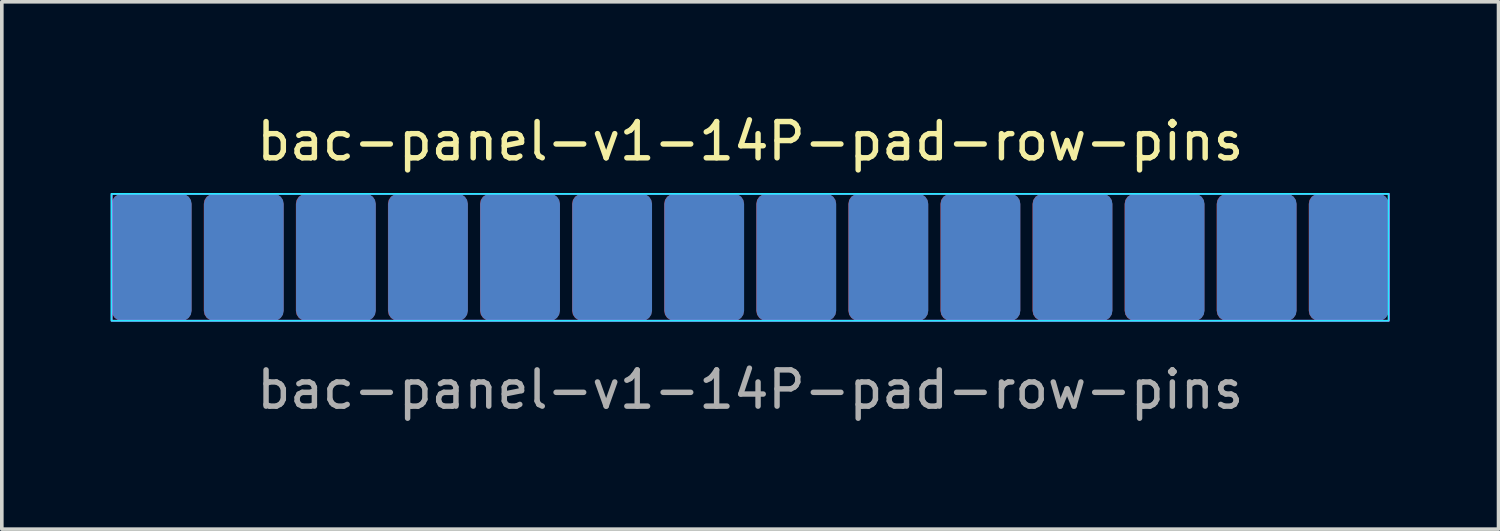
<source format=kicad_pcb>
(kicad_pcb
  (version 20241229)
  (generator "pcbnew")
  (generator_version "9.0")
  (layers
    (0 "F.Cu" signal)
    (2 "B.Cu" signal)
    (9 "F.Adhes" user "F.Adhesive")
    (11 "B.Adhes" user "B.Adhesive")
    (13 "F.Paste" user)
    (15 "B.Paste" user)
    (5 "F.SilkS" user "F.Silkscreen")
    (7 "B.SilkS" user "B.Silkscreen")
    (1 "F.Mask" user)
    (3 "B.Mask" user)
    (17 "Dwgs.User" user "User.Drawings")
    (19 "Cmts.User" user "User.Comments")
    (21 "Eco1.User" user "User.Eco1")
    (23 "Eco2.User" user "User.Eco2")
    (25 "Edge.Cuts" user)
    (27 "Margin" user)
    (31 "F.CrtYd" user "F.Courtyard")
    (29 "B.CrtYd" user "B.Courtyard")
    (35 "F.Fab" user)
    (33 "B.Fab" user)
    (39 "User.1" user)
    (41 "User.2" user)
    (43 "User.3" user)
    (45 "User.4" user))
  (footprint "bac-panel-v1-14P-pad-row-pins"
    (layer "F.Cu")
    (at 17.646 4.048)
    (property "Reference" "bac-panel-v1-14P-pad-row-pins" (at 0 -3.2 0) (unlocked yes) (layer "F.SilkS") (effects (font (size 1 1) (thickness 0.15))))
    (attr through_hole exclude_from_pos_files exclude_from_bom)
    (fp_poly (pts (arc (start -17.34 -0.797358) (mid -17.534454 -0.716812) (end -17.615 -0.522358)) (arc (start -17.615 1.477642) (mid -17.534454 1.672096) (end -17.34 1.752642)) (arc (start -15.69 1.752642) (mid -15.495546 1.672096) (end -15.415 1.477642)) (arc (start -15.415 -0.522358) (mid -15.495546 -0.716812) (end -15.69 -0.797358))) (stroke (width 0) (type solid)) (fill yes) (layer "F.Mask"))
    (fp_poly (pts (arc (start -14.8 -0.797358) (mid -14.994454 -0.716812) (end -15.075 -0.522358)) (arc (start -15.075 1.477642) (mid -14.994454 1.672096) (end -14.8 1.752642)) (arc (start -13.15 1.752642) (mid -12.955546 1.672096) (end -12.875 1.477642)) (arc (start -12.875 -0.522358) (mid -12.955546 -0.716812) (end -13.15 -0.797358))) (stroke (width 0) (type solid)) (fill yes) (layer "F.Mask"))
    (fp_poly (pts (arc (start -12.26 -0.797358) (mid -12.454454 -0.716812) (end -12.535 -0.522358)) (arc (start -12.535 1.477642) (mid -12.454454 1.672096) (end -12.26 1.752642)) (arc (start -10.61 1.752642) (mid -10.415546 1.672096) (end -10.335 1.477642)) (arc (start -10.335 -0.522358) (mid -10.415546 -0.716812) (end -10.61 -0.797358))) (stroke (width 0) (type solid)) (fill yes) (layer "F.Mask"))
    (fp_poly (pts (arc (start -9.72 -0.797358) (mid -9.914454 -0.716812) (end -9.995 -0.522358)) (arc (start -9.995 1.477642) (mid -9.914454 1.672096) (end -9.72 1.752642)) (arc (start -8.07 1.752642) (mid -7.875546 1.672096) (end -7.795 1.477642)) (arc (start -7.795 -0.522358) (mid -7.875546 -0.716812) (end -8.07 -0.797358))) (stroke (width 0) (type solid)) (fill yes) (layer "F.Mask"))
    (fp_poly (pts (arc (start -7.18 -0.797358) (mid -7.374454 -0.716812) (end -7.455 -0.522358)) (arc (start -7.455 1.477642) (mid -7.374454 1.672096) (end -7.18 1.752642)) (arc (start -5.53 1.752642) (mid -5.335546 1.672096) (end -5.255 1.477642)) (arc (start -5.255 -0.522358) (mid -5.335546 -0.716812) (end -5.53 -0.797358))) (stroke (width 0) (type solid)) (fill yes) (layer "F.Mask"))
    (fp_poly (pts (arc (start -4.64 -0.797358) (mid -4.834454 -0.716812) (end -4.915 -0.522358)) (arc (start -4.915 1.477642) (mid -4.834454 1.672096) (end -4.64 1.752642)) (arc (start -2.99 1.752642) (mid -2.795546 1.672096) (end -2.715 1.477642)) (arc (start -2.715 -0.522358) (mid -2.795546 -0.716812) (end -2.99 -0.797358))) (stroke (width 0) (type solid)) (fill yes) (layer "F.Mask"))
    (fp_poly (pts (arc (start -2.1 -0.797358) (mid -2.294454 -0.716812) (end -2.375 -0.522358)) (arc (start -2.375 1.477642) (mid -2.294454 1.672096) (end -2.1 1.752642)) (arc (start -0.45 1.752642) (mid -0.255546 1.672096) (end -0.175 1.477642)) (arc (start -0.175 -0.522358) (mid -0.255546 -0.716812) (end -0.45 -0.797358))) (stroke (width 0) (type solid)) (fill yes) (layer "F.Mask"))
    (fp_poly (pts (arc (start 0.44 -0.797358) (mid 0.245546 -0.716812) (end 0.165 -0.522358)) (arc (start 0.165 1.477642) (mid 0.245546 1.672096) (end 0.44 1.752642)) (arc (start 2.09 1.752642) (mid 2.284454 1.672096) (end 2.365 1.477642)) (arc (start 2.365 -0.522358) (mid 2.284454 -0.716812) (end 2.09 -0.797358))) (stroke (width 0) (type solid)) (fill yes) (layer "F.Mask"))
    (fp_poly (pts (arc (start 2.98 -0.797358) (mid 2.785546 -0.716812) (end 2.705 -0.522358)) (arc (start 2.705 1.477642) (mid 2.785546 1.672096) (end 2.98 1.752642)) (arc (start 4.63 1.752642) (mid 4.824454 1.672096) (end 4.905 1.477642)) (arc (start 4.905 -0.522358) (mid 4.824454 -0.716812) (end 4.63 -0.797358))) (stroke (width 0) (type solid)) (fill yes) (layer "F.Mask"))
    (fp_poly (pts (arc (start 5.52 -0.797358) (mid 5.325546 -0.716812) (end 5.245 -0.522358)) (arc (start 5.245 1.477642) (mid 5.325546 1.672096) (end 5.52 1.752642)) (arc (start 7.17 1.752642) (mid 7.364454 1.672096) (end 7.445 1.477642)) (arc (start 7.445 -0.522358) (mid 7.364454 -0.716812) (end 7.17 -0.797358))) (stroke (width 0) (type solid)) (fill yes) (layer "F.Mask"))
    (fp_poly (pts (arc (start 8.06 -0.797358) (mid 7.865546 -0.716812) (end 7.785 -0.522358)) (arc (start 7.785 1.477642) (mid 7.865546 1.672096) (end 8.06 1.752642)) (arc (start 9.71 1.752642) (mid 9.904454 1.672096) (end 9.985 1.477642)) (arc (start 9.985 -0.522358) (mid 9.904454 -0.716812) (end 9.71 -0.797358))) (stroke (width 0) (type solid)) (fill yes) (layer "F.Mask"))
    (fp_poly (pts (arc (start 10.6 -0.797358) (mid 10.405546 -0.716812) (end 10.325 -0.522358)) (arc (start 10.325 1.477642) (mid 10.405546 1.672096) (end 10.6 1.752642)) (arc (start 12.25 1.752642) (mid 12.444454 1.672096) (end 12.525 1.477642)) (arc (start 12.525 -0.522358) (mid 12.444454 -0.716812) (end 12.25 -0.797358))) (stroke (width 0) (type solid)) (fill yes) (layer "F.Mask"))
    (fp_poly (pts (arc (start 13.14 -0.797358) (mid 12.945546 -0.716812) (end 12.865 -0.522358)) (arc (start 12.865 1.477642) (mid 12.945546 1.672096) (end 13.14 1.752642)) (arc (start 14.79 1.752642) (mid 14.984454 1.672096) (end 15.065 1.477642)) (arc (start 15.065 -0.522358) (mid 14.984454 -0.716812) (end 14.79 -0.797358))) (stroke (width 0) (type solid)) (fill yes) (layer "F.Mask"))
    (fp_poly (pts (arc (start 15.68 -0.797358) (mid 15.485546 -0.716812) (end 15.405 -0.522358)) (arc (start 15.405 1.477642) (mid 15.485546 1.672096) (end 15.68 1.752642)) (arc (start 17.33 1.752642) (mid 17.524454 1.672096) (end 17.605 1.477642)) (arc (start 17.605 -0.522358) (mid 17.524454 -0.716812) (end 17.33 -0.797358))) (stroke (width 0) (type solid)) (fill yes) (layer "F.Mask"))
    (fp_poly (pts (arc (start -15.685825 -0.797358) (mid -15.491371 -0.716812) (end -15.410825 -0.522358)) (arc (start -15.410825 1.477642) (mid -15.491371 1.672096) (end -15.685825 1.752642)) (arc (start -17.335825 1.752642) (mid -17.530279 1.672096) (end -17.610825 1.477642)) (arc (start -17.610825 -0.522358) (mid -17.530279 -0.716812) (end -17.335825 -0.797358))) (stroke (width 0) (type solid)) (fill yes) (layer "B.Mask"))
    (fp_poly (pts (arc (start -13.145825 -0.797358) (mid -12.951371 -0.716812) (end -12.870825 -0.522358)) (arc (start -12.870825 1.477642) (mid -12.951371 1.672096) (end -13.145825 1.752642)) (arc (start -14.795825 1.752642) (mid -14.990279 1.672096) (end -15.070825 1.477642)) (arc (start -15.070825 -0.522358) (mid -14.990279 -0.716812) (end -14.795825 -0.797358))) (stroke (width 0) (type solid)) (fill yes) (layer "B.Mask"))
    (fp_poly (pts (arc (start -10.605825 -0.797358) (mid -10.411371 -0.716812) (end -10.330825 -0.522358)) (arc (start -10.330825 1.477642) (mid -10.411371 1.672096) (end -10.605825 1.752642)) (arc (start -12.255825 1.752642) (mid -12.450279 1.672096) (end -12.530825 1.477642)) (arc (start -12.530825 -0.522358) (mid -12.450279 -0.716812) (end -12.255825 -0.797358))) (stroke (width 0) (type solid)) (fill yes) (layer "B.Mask"))
    (fp_poly (pts (arc (start -8.065825 -0.797358) (mid -7.871371 -0.716812) (end -7.790825 -0.522358)) (arc (start -7.790825 1.477642) (mid -7.871371 1.672096) (end -8.065825 1.752642)) (arc (start -9.715825 1.752642) (mid -9.910279 1.672096) (end -9.990825 1.477642)) (arc (start -9.990825 -0.522358) (mid -9.910279 -0.716812) (end -9.715825 -0.797358))) (stroke (width 0) (type solid)) (fill yes) (layer "B.Mask"))
    (fp_poly (pts (arc (start -5.525825 -0.797358) (mid -5.331371 -0.716812) (end -5.250825 -0.522358)) (arc (start -5.250825 1.477642) (mid -5.331371 1.672096) (end -5.525825 1.752642)) (arc (start -7.175825 1.752642) (mid -7.370279 1.672096) (end -7.450825 1.477642)) (arc (start -7.450825 -0.522358) (mid -7.370279 -0.716812) (end -7.175825 -0.797358))) (stroke (width 0) (type solid)) (fill yes) (layer "B.Mask"))
    (fp_poly (pts (arc (start -2.985825 -0.797358) (mid -2.791371 -0.716812) (end -2.710825 -0.522358)) (arc (start -2.710825 1.477642) (mid -2.791371 1.672096) (end -2.985825 1.752642)) (arc (start -4.635825 1.752642) (mid -4.830279 1.672096) (end -4.910825 1.477642)) (arc (start -4.910825 -0.522358) (mid -4.830279 -0.716812) (end -4.635825 -0.797358))) (stroke (width 0) (type solid)) (fill yes) (layer "B.Mask"))
    (fp_poly (pts (arc (start -0.445825 -0.797358) (mid -0.251371 -0.716812) (end -0.170825 -0.522358)) (arc (start -0.170825 1.477642) (mid -0.251371 1.672096) (end -0.445825 1.752642)) (arc (start -2.095825 1.752642) (mid -2.290279 1.672096) (end -2.370825 1.477642)) (arc (start -2.370825 -0.522358) (mid -2.290279 -0.716812) (end -2.095825 -0.797358))) (stroke (width 0) (type solid)) (fill yes) (layer "B.Mask"))
    (fp_poly (pts (arc (start 2.094175 -0.797358) (mid 2.288629 -0.716812) (end 2.369175 -0.522358)) (arc (start 2.369175 1.477642) (mid 2.288629 1.672096) (end 2.094175 1.752642)) (arc (start 0.444175 1.752642) (mid 0.249721 1.672096) (end 0.169175 1.477642)) (arc (start 0.169175 -0.522358) (mid 0.249721 -0.716812) (end 0.444175 -0.797358))) (stroke (width 0) (type solid)) (fill yes) (layer "B.Mask"))
    (fp_poly (pts (arc (start 4.634175 -0.797358) (mid 4.828629 -0.716812) (end 4.909175 -0.522358)) (arc (start 4.909175 1.477642) (mid 4.828629 1.672096) (end 4.634175 1.752642)) (arc (start 2.984175 1.752642) (mid 2.789721 1.672096) (end 2.709175 1.477642)) (arc (start 2.709175 -0.522358) (mid 2.789721 -0.716812) (end 2.984175 -0.797358))) (stroke (width 0) (type solid)) (fill yes) (layer "B.Mask"))
    (fp_poly (pts (arc (start 7.174175 -0.797358) (mid 7.368629 -0.716812) (end 7.449175 -0.522358)) (arc (start 7.449175 1.477642) (mid 7.368629 1.672096) (end 7.174175 1.752642)) (arc (start 5.524175 1.752642) (mid 5.329721 1.672096) (end 5.249175 1.477642)) (arc (start 5.249175 -0.522358) (mid 5.329721 -0.716812) (end 5.524175 -0.797358))) (stroke (width 0) (type solid)) (fill yes) (layer "B.Mask"))
    (fp_poly (pts (arc (start 9.714175 -0.797358) (mid 9.908629 -0.716812) (end 9.989175 -0.522358)) (arc (start 9.989175 1.477642) (mid 9.908629 1.672096) (end 9.714175 1.752642)) (arc (start 8.064175 1.752642) (mid 7.869721 1.672096) (end 7.789175 1.477642)) (arc (start 7.789175 -0.522358) (mid 7.869721 -0.716812) (end 8.064175 -0.797358))) (stroke (width 0) (type solid)) (fill yes) (layer "B.Mask"))
    (fp_poly (pts (arc (start 12.254175 -0.797358) (mid 12.448629 -0.716812) (end 12.529175 -0.522358)) (arc (start 12.529175 1.477642) (mid 12.448629 1.672096) (end 12.254175 1.752642)) (arc (start 10.604175 1.752642) (mid 10.409721 1.672096) (end 10.329175 1.477642)) (arc (start 10.329175 -0.522358) (mid 10.409721 -0.716812) (end 10.604175 -0.797358))) (stroke (width 0) (type solid)) (fill yes) (layer "B.Mask"))
    (fp_poly (pts (arc (start 14.794175 -0.797358) (mid 14.988629 -0.716812) (end 15.069175 -0.522358)) (arc (start 15.069175 1.477642) (mid 14.988629 1.672096) (end 14.794175 1.752642)) (arc (start 13.144175 1.752642) (mid 12.949721 1.672096) (end 12.869175 1.477642)) (arc (start 12.869175 -0.522358) (mid 12.949721 -0.716812) (end 13.144175 -0.797358))) (stroke (width 0) (type solid)) (fill yes) (layer "B.Mask"))
    (fp_poly (pts (arc (start 17.334175 -0.797358) (mid 17.528629 -0.716812) (end 17.609175 -0.522358)) (arc (start 17.609175 1.477642) (mid 17.528629 1.672096) (end 17.334175 1.752642)) (arc (start 15.684175 1.752642) (mid 15.489721 1.672096) (end 15.409175 1.477642)) (arc (start 15.409175 -0.522358) (mid 15.489721 -0.716812) (end 15.684175 -0.797358))) (stroke (width 0) (type solid)) (fill yes) (layer "B.Mask"))
    (fp_rect (start -17.621 -1.75) (end 17.609 1.75) (stroke (width 0.05) (type solid)) (fill no) (layer "B.CrtYd"))
    (fp_rect (start -17.615 -1.75) (end 17.615 1.75) (stroke (width 0.05) (type solid)) (fill no) (layer "F.CrtYd"))
    (fp_text user "${REFERENCE}" (at 0 3.65 0) (unlocked yes) (layer "F.Fab") (effects (font (size 1 1) (thickness 0.15))))
    (pad "1" connect roundrect (at -16.515 0) (size 2.2 3.5) (layers "F.Cu") (roundrect_rratio 0.125))
    (pad "1" connect roundrect (at -16.51 0) (size 2.2 3.5) (layers "B.Cu") (roundrect_rratio 0.125))
    (pad "2" connect roundrect (at -13.975 0) (size 2.2 3.5) (layers "F.Cu") (roundrect_rratio 0.125))
    (pad "2" connect roundrect (at -13.97 0) (size 2.2 3.5) (layers "B.Cu") (roundrect_rratio 0.125))
    (pad "3" connect roundrect (at -11.435 0) (size 2.2 3.5) (layers "F.Cu") (roundrect_rratio 0.125))
    (pad "3" connect roundrect (at -11.43 0) (size 2.2 3.5) (layers "B.Cu") (roundrect_rratio 0.125))
    (pad "4" connect roundrect (at -8.895 0) (size 2.2 3.5) (layers "F.Cu") (roundrect_rratio 0.125))
    (pad "4" connect roundrect (at -8.89 0) (size 2.2 3.5) (layers "B.Cu") (roundrect_rratio 0.125))
    (pad "5" connect roundrect (at -6.355 0) (size 2.2 3.5) (layers "F.Cu") (roundrect_rratio 0.125))
    (pad "5" connect roundrect (at -6.35 0) (size 2.2 3.5) (layers "B.Cu") (roundrect_rratio 0.125))
    (pad "6" connect roundrect (at -3.815 0) (size 2.2 3.5) (layers "F.Cu") (roundrect_rratio 0.125))
    (pad "6" connect roundrect (at -3.81 0) (size 2.2 3.5) (layers "B.Cu") (roundrect_rratio 0.125))
    (pad "7" connect roundrect (at -1.275 0) (size 2.2 3.5) (layers "F.Cu") (roundrect_rratio 0.125))
    (pad "7" connect roundrect (at -1.27 0) (size 2.2 3.5) (layers "B.Cu") (roundrect_rratio 0.125))
    (pad "8" connect roundrect (at 1.265 0) (size 2.2 3.5) (layers "F.Cu") (roundrect_rratio 0.125))
    (pad "8" connect roundrect (at 1.27 0) (size 2.2 3.5) (layers "B.Cu") (roundrect_rratio 0.125))
    (pad "9" connect roundrect (at 3.805 0) (size 2.2 3.5) (layers "F.Cu") (roundrect_rratio 0.125))
    (pad "9" connect roundrect (at 3.81 0) (size 2.2 3.5) (layers "B.Cu") (roundrect_rratio 0.125))
    (pad "10" connect roundrect (at 6.345 0) (size 2.2 3.5) (layers "F.Cu") (roundrect_rratio 0.125))
    (pad "10" connect roundrect (at 6.35 0) (size 2.2 3.5) (layers "B.Cu") (roundrect_rratio 0.125))
    (pad "11" connect roundrect (at 8.885 0) (size 2.2 3.5) (layers "F.Cu") (roundrect_rratio 0.125))
    (pad "11" connect roundrect (at 8.89 0) (size 2.2 3.5) (layers "B.Cu") (roundrect_rratio 0.125))
    (pad "12" connect roundrect (at 11.425 0) (size 2.2 3.5) (layers "F.Cu") (roundrect_rratio 0.125))
    (pad "12" connect roundrect (at 11.43 0) (size 2.2 3.5) (layers "B.Cu") (roundrect_rratio 0.125))
    (pad "13" connect roundrect (at 13.965 0) (size 2.2 3.5) (layers "F.Cu") (roundrect_rratio 0.125))
    (pad "13" connect roundrect (at 13.97 0) (size 2.2 3.5) (layers "B.Cu") (roundrect_rratio 0.125))
    (pad "14" connect roundrect (at 16.505 0) (size 2.2 3.5) (layers "F.Cu") (roundrect_rratio 0.125))
    (pad "14" connect roundrect (at 16.51 0) (size 2.2 3.5) (layers "B.Cu") (roundrect_rratio 0.125)))
  (gr_rect
    (start -3 -3)
    (end 38.286 11.546)
    (stroke (width 0.1) (type default))
    (fill no)
    (layer "Edge.Cuts")))
</source>
